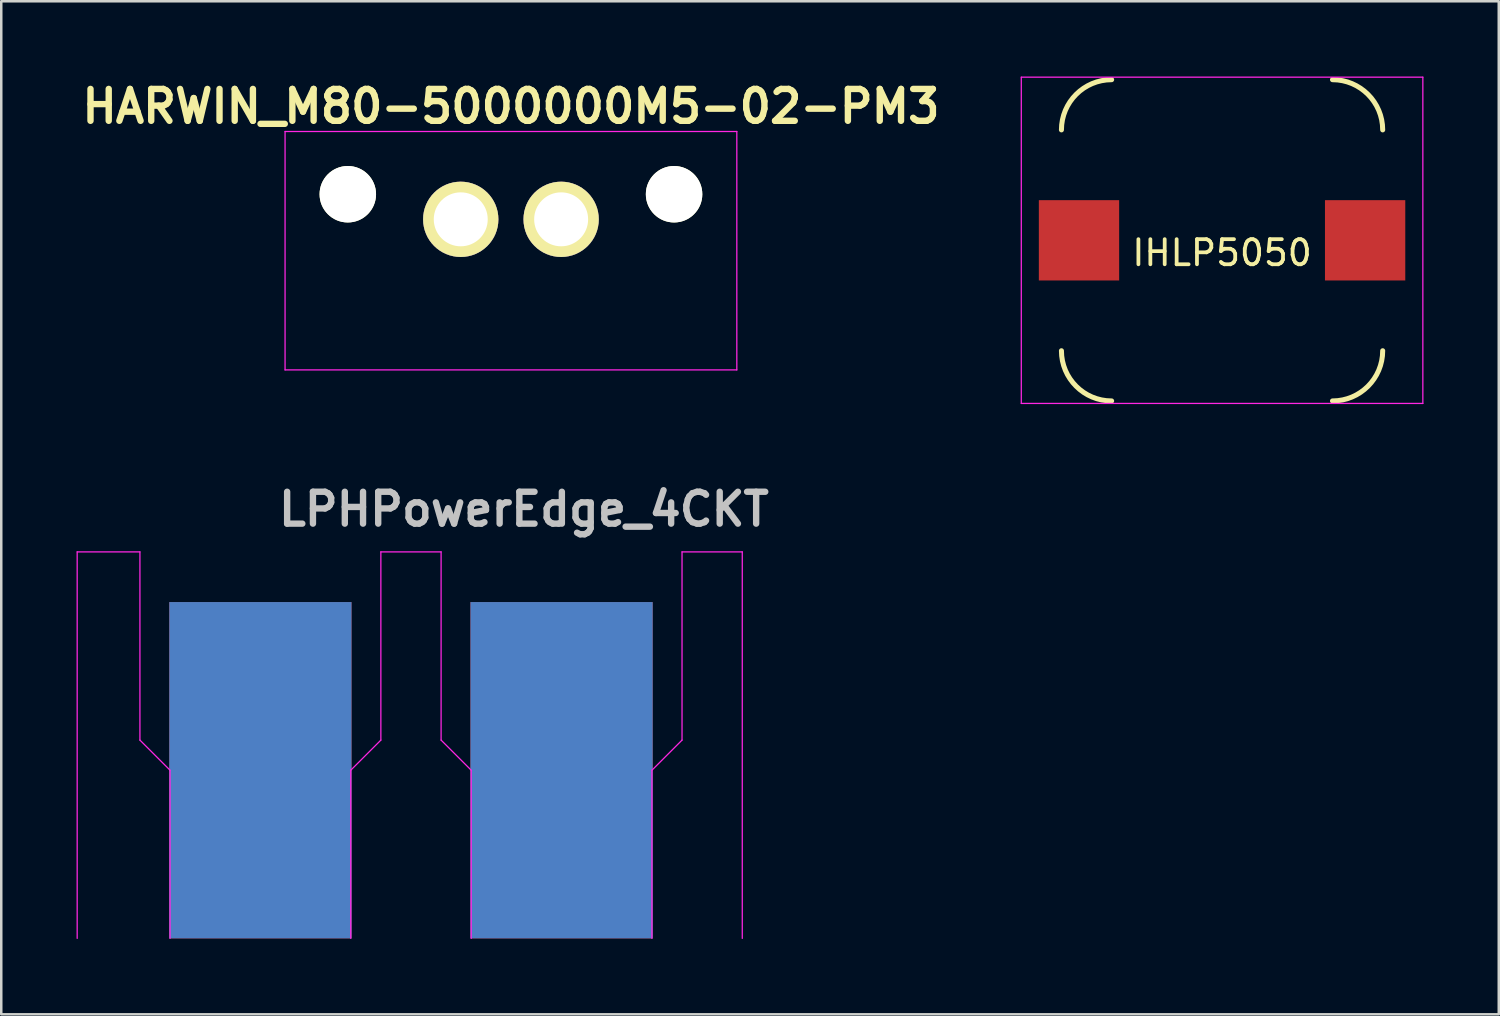
<source format=kicad_pcb>
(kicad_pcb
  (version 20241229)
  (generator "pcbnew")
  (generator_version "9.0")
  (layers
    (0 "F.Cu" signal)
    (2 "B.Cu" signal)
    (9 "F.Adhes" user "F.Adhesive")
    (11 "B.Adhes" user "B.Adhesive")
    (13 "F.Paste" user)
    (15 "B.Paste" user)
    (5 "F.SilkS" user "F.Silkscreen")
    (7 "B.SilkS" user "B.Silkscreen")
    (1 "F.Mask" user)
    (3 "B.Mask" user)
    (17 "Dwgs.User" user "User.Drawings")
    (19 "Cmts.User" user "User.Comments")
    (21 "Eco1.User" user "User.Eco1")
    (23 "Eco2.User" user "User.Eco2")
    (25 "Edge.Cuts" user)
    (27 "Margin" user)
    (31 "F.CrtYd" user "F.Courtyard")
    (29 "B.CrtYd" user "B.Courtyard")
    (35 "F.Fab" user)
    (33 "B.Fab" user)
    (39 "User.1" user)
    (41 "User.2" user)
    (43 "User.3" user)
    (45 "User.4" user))
  (footprint "IHLP5050"
    (layer "F.Cu")
    (at 45.642 6.525)
    (property "Reference" "IHLP5050" (at 0 0.5 0) (layer "F.SilkS") (effects (font (size 1 1) (thickness 0.15))))
    (attr through_hole)
    (fp_arc (start -6.4 -4.4) (mid -5.814214 -5.814214) (end -4.4 -6.4) (stroke (width 0.2) (type solid)) (layer "F.SilkS"))
    (fp_arc (start -4.4 6.4) (mid -5.814214 5.814214) (end -6.4 4.4) (stroke (width 0.2) (type solid)) (layer "F.SilkS"))
    (fp_arc (start 4.4 -6.4) (mid 5.814214 -5.814214) (end 6.4 -4.4) (stroke (width 0.2) (type solid)) (layer "F.SilkS"))
    (fp_arc (start 6.4 4.4) (mid 5.814214 5.814214) (end 4.4 6.4) (stroke (width 0.2) (type solid)) (layer "F.SilkS"))
    (fp_line (start -8 -6.5) (end 8 -6.5) (stroke (width 0.05) (type solid)) (layer "F.CrtYd"))
    (fp_line (start -8 6.5) (end -8 -6.5) (stroke (width 0.05) (type solid)) (layer "F.CrtYd"))
    (fp_line (start 8 -6.5) (end 8 6.5) (stroke (width 0.05) (type solid)) (layer "F.CrtYd"))
    (fp_line (start 8 6.5) (end -8 6.5) (stroke (width 0.05) (type solid)) (layer "F.CrtYd"))
    (pad "1" smd rect (at -5.7 0) (size 3.2 3.2) (layers "F.Cu" "F.Mask" "F.Paste"))
    (pad "2" smd rect (at 5.7 0) (size 3.2 3.2) (layers "F.Cu" "F.Mask" "F.Paste")))
  (footprint "HARWIN_M80-5000000M5-02-PM3"
    (layer "F.Cu")
    (at 17.308 5.689)
    (property "Reference" "HARWIN_M80-5000000M5-02-PM3" (at 0 -4.5 0) (layer "F.SilkS") (effects (font (size 1.27 1.27) (thickness 0.254))))
    (attr through_hole)
    (fp_line (start -9 -3.5) (end -9 6) (stroke (width 0.05) (type solid)) (layer "F.CrtYd"))
    (fp_line (start -9 -3.5) (end 9 -3.5) (stroke (width 0.05) (type solid)) (layer "F.CrtYd"))
    (fp_line (start -9 6) (end 9 6) (stroke (width 0.05) (type solid)) (layer "F.CrtYd"))
    (fp_line (start 9 -3.5) (end 9 6) (stroke (width 0.05) (type solid)) (layer "F.CrtYd"))
    (pad "" np_thru_hole circle (at -6.5 -1) (size 2.25 2.25) (drill 2.25) (layers "*.Cu" "*.Mask" "F.SilkS"))
    (pad "" np_thru_hole circle (at 6.5 -1) (size 2.25 2.25) (drill 2.25) (layers "*.Cu" "*.Mask" "F.SilkS"))
    (pad "1" thru_hole circle (at -2 0) (size 3 3) (drill 2.15) (layers "*.Cu" "*.Mask" "F.SilkS"))
    (pad "2" thru_hole circle (at 2 0) (size 3 3) (drill 2.15) (layers "*.Cu" "*.Mask" "F.SilkS")))
  (footprint "LPHPowerEdge_4CKT"
    (layer "F.Cu")
    (at 13.325 27.639)
    (property "Reference" "LPHPowerEdge_4CKT" (at 4.5 -10.4 0) (layer "Dwgs.User") (effects (font (size 1.27 1.27) (thickness 0.254))))
    (attr through_hole)
    (fp_line (start -13.3 -8.7) (end -13.3 6.7) (stroke (width 0.05) (type solid)) (layer "F.CrtYd"))
    (fp_line (start -10.8 -8.7) (end -13.3 -8.7) (stroke (width 0.05) (type solid)) (layer "F.CrtYd"))
    (fp_line (start -10.8 -1.2) (end -10.8 -8.7) (stroke (width 0.05) (type solid)) (layer "F.CrtYd"))
    (fp_line (start -9.6 0) (end -10.8 -1.2) (stroke (width 0.05) (type solid)) (layer "F.CrtYd"))
    (fp_line (start -9.6 6.7) (end -9.6 0) (stroke (width 0.05) (type solid)) (layer "F.CrtYd"))
    (fp_line (start -2.4 0) (end -1.2 -1.2) (stroke (width 0.05) (type solid)) (layer "F.CrtYd"))
    (fp_line (start -2.4 6.7) (end -2.4 0) (stroke (width 0.05) (type solid)) (layer "F.CrtYd"))
    (fp_line (start -1.2 -8.7) (end 1.2 -8.7) (stroke (width 0.05) (type solid)) (layer "F.CrtYd"))
    (fp_line (start -1.2 -1.2) (end -1.2 -8.7) (stroke (width 0.05) (type solid)) (layer "F.CrtYd"))
    (fp_line (start 1.2 -1.2) (end 1.2 -8.7) (stroke (width 0.05) (type solid)) (layer "F.CrtYd"))
    (fp_line (start 2.4 0) (end 1.2 -1.2) (stroke (width 0.05) (type solid)) (layer "F.CrtYd"))
    (fp_line (start 2.4 6.7) (end 2.4 0) (stroke (width 0.05) (type solid)) (layer "F.CrtYd"))
    (fp_line (start 9.6 0) (end 10.8 -1.2) (stroke (width 0.05) (type solid)) (layer "F.CrtYd"))
    (fp_line (start 9.6 6.7) (end 9.6 0) (stroke (width 0.05) (type solid)) (layer "F.CrtYd"))
    (fp_line (start 10.8 -8.7) (end 13.2 -8.7) (stroke (width 0.05) (type solid)) (layer "F.CrtYd"))
    (fp_line (start 10.8 -1.2) (end 10.8 -8.7) (stroke (width 0.05) (type solid)) (layer "F.CrtYd"))
    (fp_line (start 13.2 -8.7) (end 13.2 6.7) (stroke (width 0.05) (type solid)) (layer "F.CrtYd"))
    (pad "1" smd rect (at -6 0) (size 7.26 13.4) (layers "F.Cu" "F.Mask" "F.Paste"))
    (pad "2" smd rect (at -6 0) (size 7.26 13.4) (layers "F.Mask" "B.Cu" "F.Paste"))
    (pad "3" smd rect (at 6 0) (size 7.26 13.4) (layers "F.Cu" "F.Mask" "F.Paste"))
    (pad "4" smd rect (at 6 0) (size 7.26 13.4) (layers "F.Mask" "B.Cu" "F.Paste")))
  (gr_rect
    (start -3 -3)
    (end 56.667 37.364)
    (stroke (width 0.1) (type default))
    (fill no)
    (layer "Edge.Cuts")))
</source>
